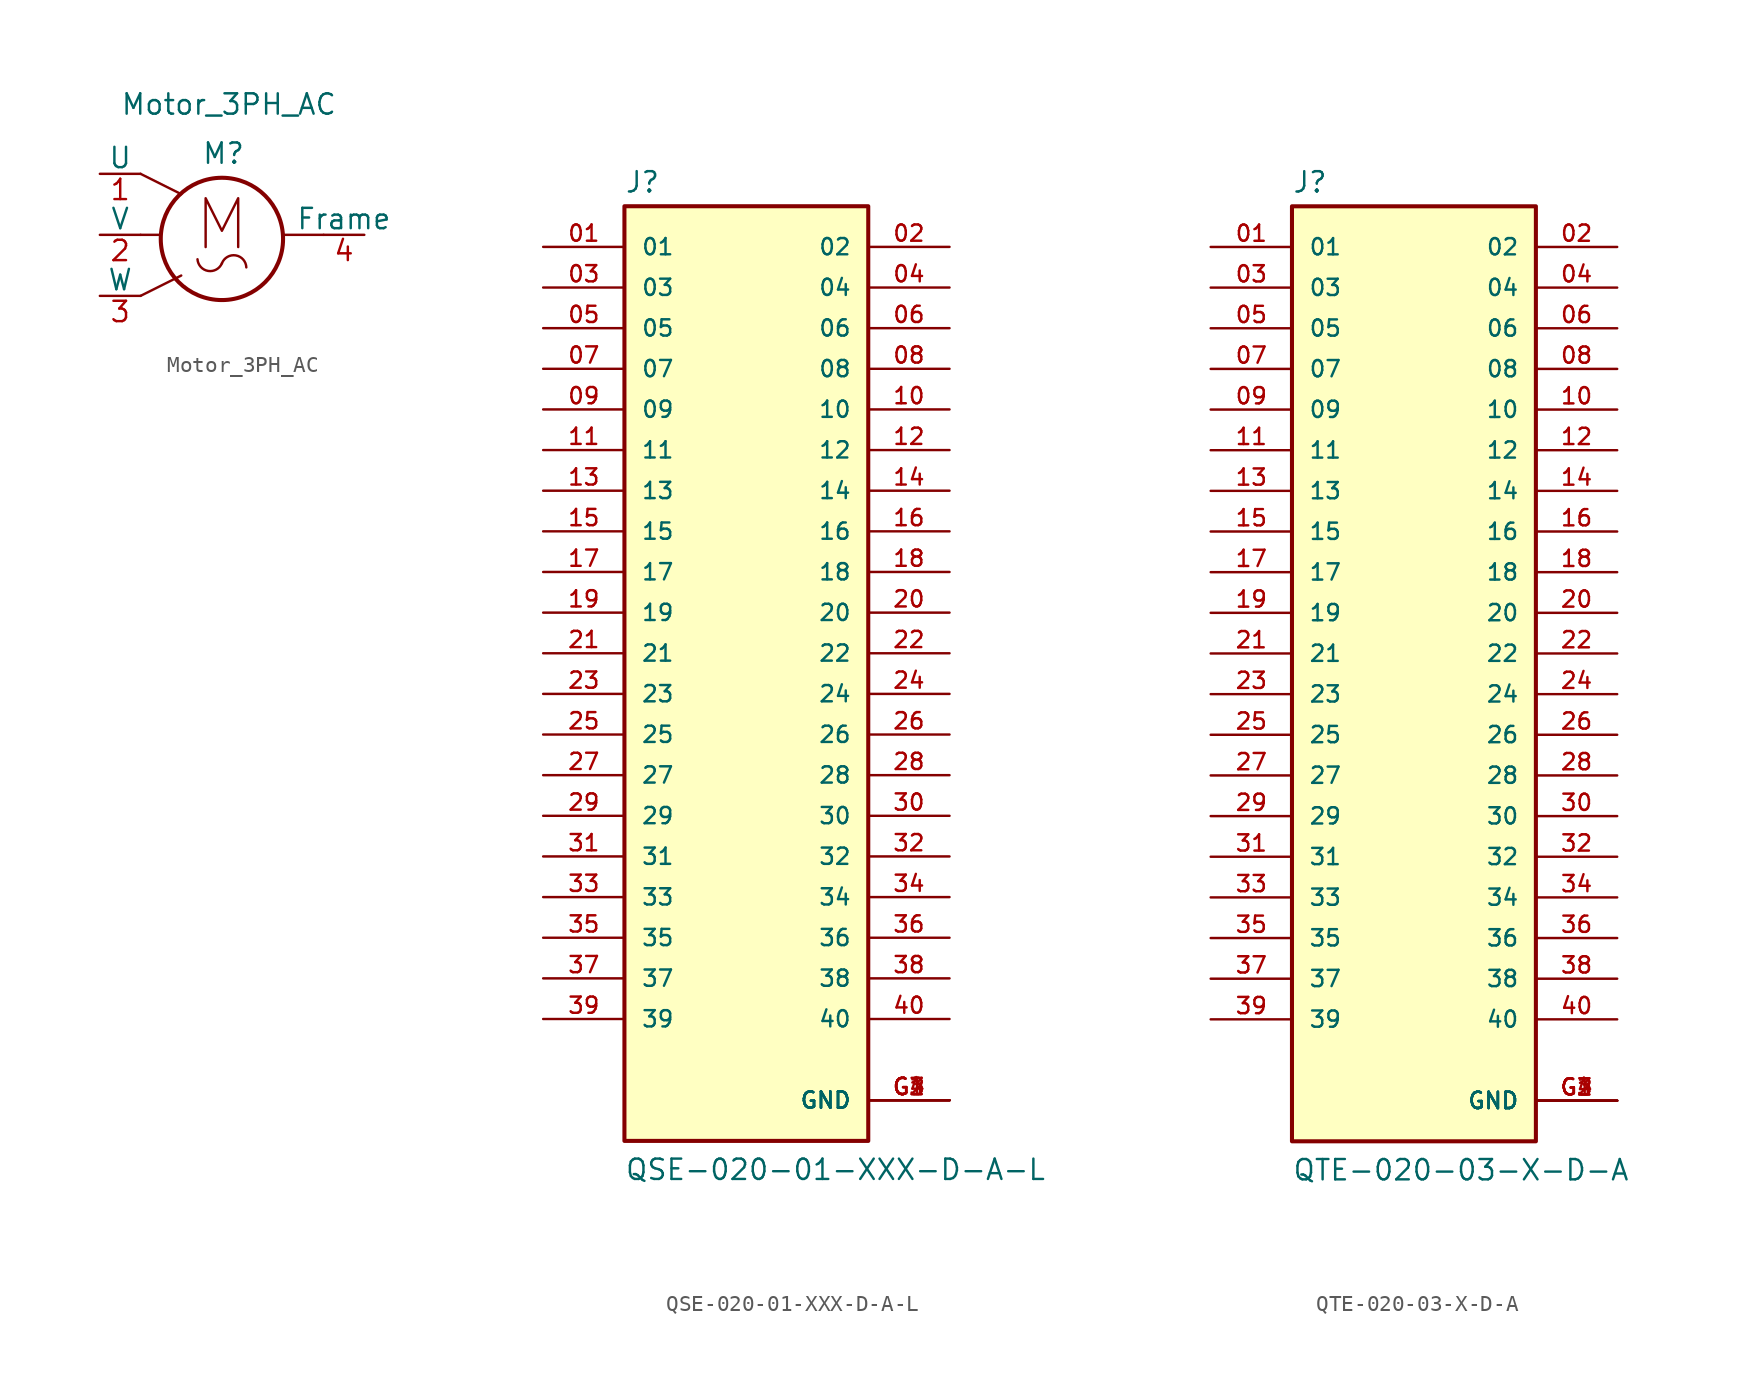
<source format=kicad_sym>
(kicad_symbol_lib
  (version 20211014)
  (generator kicad_symbol_editor)
  (symbol "Motor_3PH_AC"
    (pin_names
      (offset 0))
    (property "Reference" "M"
      (at -1.27 5.08 0)
      (effects (font (size 1.27 1.27)) (justify left)))
    (property "Value" "Motor_3PH_AC"
      (at -6.35 8.89 0)
      (effects (font (size 1.27 1.27)) (justify left top)))
    (symbol "Motor_3PH_AC_0_0"
      (arc (start -1.524 -1.524) (mid -0.8622 -2.2522) (end 0 -1.778) (stroke (width 0) (type default) (color 0 0 0 0)) (fill (type none)))
      (polyline (pts (xy -1.016 -0.762) (xy -1.016 2.286) (xy 0 0.254) (xy 1.016 2.286) (xy 1.016 -0.762)) (stroke (width 0) (type default) (color 0 0 0 0)) (fill (type none)))
      (arc (start 1.524 -2.032) (mid 0.8657 -1.2827) (end 0 -1.778) (stroke (width 0) (type default) (color 0 0 0 0)) (fill (type none))))
    (symbol "Motor_3PH_AC_0_1"
      (circle (center 0 -0.254) (radius 3.818) (stroke (width 0.254) (type default) (color 0 0 0 0)) (fill (type none)))
      (polyline (pts (xy -5.08 -3.81) (xy -2.54 -2.54)) (stroke (width 0.152) (type default) (color 0 0 0 0)) (fill (type none)))
      (polyline (pts (xy -5.08 0) (xy -3.81 0)) (stroke (width 0.152) (type default) (color 0 0 0 0)) (fill (type none)))
      (polyline (pts (xy -5.08 3.81) (xy -2.54 2.54)) (stroke (width 0.152) (type default) (color 0 0 0 0)) (fill (type none)))
      (polyline (pts (xy 6.35 0) (xy 3.81 0)) (stroke (width 0.152) (type default) (color 0 0 0 0)) (fill (type none))))
    (symbol "Motor_3PH_AC_1_1"
      (pin input line (at -7.62 3.81 0) (length 2.54) (name "U" (effects (font (size 1.27 1.27)))) (number "1" (effects (font (size 1.27 1.27)))))
      (pin input line (at -7.62 0 0) (length 2.54) (name "V" (effects (font (size 1.27 1.27)))) (number "2" (effects (font (size 1.27 1.27)))))
      (pin input line (at -7.62 -3.81 0) (length 2.54) (name "W" (effects (font (size 1.27 1.27)))) (number "3" (effects (font (size 1.27 1.27)))))
      (pin input line (at 8.89 0 180) (length 2.54) (name "Frame" (effects (font (size 1.27 1.27)))) (number "4" (effects (font (size 1.27 1.27)))))))
  (symbol "QSE-020-01-XXX-D-A-L"
    (pin_names
      (offset 1.016))
    (property "Reference" "J"
      (at -7.62 28.702 0)
      (effects (font (size 1.27 1.27)) (justify left bottom)))
    (property "Value" "QSE-020-01-XXX-D-A-L"
      (at -7.62 -33.02 0)
      (effects (font (size 1.27 1.27)) (justify left bottom)))
    (property "ki_locked" ""
      (at 0 0 0)
      (effects (font (size 1.27 1.27))))
    (symbol "QSE-020-01-XXX-D-A-L_0_0"
      (rectangle (start -7.62 -30.48) (end 7.62 27.94) (stroke (width 0.254) (type default) (color 0 0 0 0)) (fill (type background)))
      (pin passive line (at -12.7 25.4 0) (length 5.08) (name "01" (effects (font (size 1.016 1.016)))) (number "01" (effects (font (size 1.016 1.016)))))
      (pin passive line (at 12.7 25.4 180) (length 5.08) (name "02" (effects (font (size 1.016 1.016)))) (number "02" (effects (font (size 1.016 1.016)))))
      (pin passive line (at -12.7 22.86 0) (length 5.08) (name "03" (effects (font (size 1.016 1.016)))) (number "03" (effects (font (size 1.016 1.016)))))
      (pin passive line (at 12.7 22.86 180) (length 5.08) (name "04" (effects (font (size 1.016 1.016)))) (number "04" (effects (font (size 1.016 1.016)))))
      (pin passive line (at -12.7 20.32 0) (length 5.08) (name "05" (effects (font (size 1.016 1.016)))) (number "05" (effects (font (size 1.016 1.016)))))
      (pin passive line (at 12.7 20.32 180) (length 5.08) (name "06" (effects (font (size 1.016 1.016)))) (number "06" (effects (font (size 1.016 1.016)))))
      (pin passive line (at -12.7 17.78 0) (length 5.08) (name "07" (effects (font (size 1.016 1.016)))) (number "07" (effects (font (size 1.016 1.016)))))
      (pin passive line (at 12.7 17.78 180) (length 5.08) (name "08" (effects (font (size 1.016 1.016)))) (number "08" (effects (font (size 1.016 1.016)))))
      (pin passive line (at -12.7 15.24 0) (length 5.08) (name "09" (effects (font (size 1.016 1.016)))) (number "09" (effects (font (size 1.016 1.016)))))
      (pin passive line (at 12.7 15.24 180) (length 5.08) (name "10" (effects (font (size 1.016 1.016)))) (number "10" (effects (font (size 1.016 1.016)))))
      (pin passive line (at -12.7 12.7 0) (length 5.08) (name "11" (effects (font (size 1.016 1.016)))) (number "11" (effects (font (size 1.016 1.016)))))
      (pin passive line (at 12.7 12.7 180) (length 5.08) (name "12" (effects (font (size 1.016 1.016)))) (number "12" (effects (font (size 1.016 1.016)))))
      (pin passive line (at -12.7 10.16 0) (length 5.08) (name "13" (effects (font (size 1.016 1.016)))) (number "13" (effects (font (size 1.016 1.016)))))
      (pin passive line (at 12.7 10.16 180) (length 5.08) (name "14" (effects (font (size 1.016 1.016)))) (number "14" (effects (font (size 1.016 1.016)))))
      (pin passive line (at -12.7 7.62 0) (length 5.08) (name "15" (effects (font (size 1.016 1.016)))) (number "15" (effects (font (size 1.016 1.016)))))
      (pin passive line (at 12.7 7.62 180) (length 5.08) (name "16" (effects (font (size 1.016 1.016)))) (number "16" (effects (font (size 1.016 1.016)))))
      (pin passive line (at -12.7 5.08 0) (length 5.08) (name "17" (effects (font (size 1.016 1.016)))) (number "17" (effects (font (size 1.016 1.016)))))
      (pin passive line (at 12.7 5.08 180) (length 5.08) (name "18" (effects (font (size 1.016 1.016)))) (number "18" (effects (font (size 1.016 1.016)))))
      (pin passive line (at -12.7 2.54 0) (length 5.08) (name "19" (effects (font (size 1.016 1.016)))) (number "19" (effects (font (size 1.016 1.016)))))
      (pin passive line (at 12.7 2.54 180) (length 5.08) (name "20" (effects (font (size 1.016 1.016)))) (number "20" (effects (font (size 1.016 1.016)))))
      (pin passive line (at -12.7 0 0) (length 5.08) (name "21" (effects (font (size 1.016 1.016)))) (number "21" (effects (font (size 1.016 1.016)))))
      (pin passive line (at 12.7 0 180) (length 5.08) (name "22" (effects (font (size 1.016 1.016)))) (number "22" (effects (font (size 1.016 1.016)))))
      (pin passive line (at -12.7 -2.54 0) (length 5.08) (name "23" (effects (font (size 1.016 1.016)))) (number "23" (effects (font (size 1.016 1.016)))))
      (pin passive line (at 12.7 -2.54 180) (length 5.08) (name "24" (effects (font (size 1.016 1.016)))) (number "24" (effects (font (size 1.016 1.016)))))
      (pin passive line (at -12.7 -5.08 0) (length 5.08) (name "25" (effects (font (size 1.016 1.016)))) (number "25" (effects (font (size 1.016 1.016)))))
      (pin passive line (at 12.7 -5.08 180) (length 5.08) (name "26" (effects (font (size 1.016 1.016)))) (number "26" (effects (font (size 1.016 1.016)))))
      (pin passive line (at -12.7 -7.62 0) (length 5.08) (name "27" (effects (font (size 1.016 1.016)))) (number "27" (effects (font (size 1.016 1.016)))))
      (pin passive line (at 12.7 -7.62 180) (length 5.08) (name "28" (effects (font (size 1.016 1.016)))) (number "28" (effects (font (size 1.016 1.016)))))
      (pin passive line (at -12.7 -10.16 0) (length 5.08) (name "29" (effects (font (size 1.016 1.016)))) (number "29" (effects (font (size 1.016 1.016)))))
      (pin passive line (at 12.7 -10.16 180) (length 5.08) (name "30" (effects (font (size 1.016 1.016)))) (number "30" (effects (font (size 1.016 1.016)))))
      (pin passive line (at -12.7 -12.7 0) (length 5.08) (name "31" (effects (font (size 1.016 1.016)))) (number "31" (effects (font (size 1.016 1.016)))))
      (pin passive line (at 12.7 -12.7 180) (length 5.08) (name "32" (effects (font (size 1.016 1.016)))) (number "32" (effects (font (size 1.016 1.016)))))
      (pin passive line (at -12.7 -15.24 0) (length 5.08) (name "33" (effects (font (size 1.016 1.016)))) (number "33" (effects (font (size 1.016 1.016)))))
      (pin passive line (at 12.7 -15.24 180) (length 5.08) (name "34" (effects (font (size 1.016 1.016)))) (number "34" (effects (font (size 1.016 1.016)))))
      (pin passive line (at -12.7 -17.78 0) (length 5.08) (name "35" (effects (font (size 1.016 1.016)))) (number "35" (effects (font (size 1.016 1.016)))))
      (pin passive line (at 12.7 -17.78 180) (length 5.08) (name "36" (effects (font (size 1.016 1.016)))) (number "36" (effects (font (size 1.016 1.016)))))
      (pin passive line (at -12.7 -20.32 0) (length 5.08) (name "37" (effects (font (size 1.016 1.016)))) (number "37" (effects (font (size 1.016 1.016)))))
      (pin passive line (at 12.7 -20.32 180) (length 5.08) (name "38" (effects (font (size 1.016 1.016)))) (number "38" (effects (font (size 1.016 1.016)))))
      (pin passive line (at -12.7 -22.86 0) (length 5.08) (name "39" (effects (font (size 1.016 1.016)))) (number "39" (effects (font (size 1.016 1.016)))))
      (pin passive line (at 12.7 -22.86 180) (length 5.08) (name "40" (effects (font (size 1.016 1.016)))) (number "40" (effects (font (size 1.016 1.016)))))
      (pin power_in line (at 12.7 -27.94 180) (length 5.08) (name "GND" (effects (font (size 1.016 1.016)))) (number "G1" (effects (font (size 1.016 1.016)))))
      (pin power_in line (at 12.7 -27.94 180) (length 5.08) (name "GND" (effects (font (size 1.016 1.016)))) (number "G2" (effects (font (size 1.016 1.016)))))
      (pin power_in line (at 12.7 -27.94 180) (length 5.08) (name "GND" (effects (font (size 1.016 1.016)))) (number "G3" (effects (font (size 1.016 1.016)))))
      (pin power_in line (at 12.7 -27.94 180) (length 5.08) (name "GND" (effects (font (size 1.016 1.016)))) (number "G4" (effects (font (size 1.016 1.016)))))))
  (symbol "QTE-020-03-X-D-A"
    (pin_names
      (offset 1.016))
    (property "Reference" "J"
      (at -7.62 28.702 0)
      (effects (font (size 1.27 1.27)) (justify left bottom)))
    (property "Value" "QTE-020-03-X-D-A"
      (at -7.62 -33.02 0)
      (effects (font (size 1.27 1.27)) (justify left bottom)))
    (property "ki_locked" ""
      (at 0 0 0)
      (effects (font (size 1.27 1.27))))
    (symbol "QTE-020-03-X-D-A_0_0"
      (rectangle (start -7.62 -30.48) (end 7.62 27.94) (stroke (width 0.254) (type default) (color 0 0 0 0)) (fill (type background)))
      (pin passive line (at -12.7 25.4 0) (length 5.08) (name "01" (effects (font (size 1.016 1.016)))) (number "01" (effects (font (size 1.016 1.016)))))
      (pin passive line (at 12.7 25.4 180) (length 5.08) (name "02" (effects (font (size 1.016 1.016)))) (number "02" (effects (font (size 1.016 1.016)))))
      (pin passive line (at -12.7 22.86 0) (length 5.08) (name "03" (effects (font (size 1.016 1.016)))) (number "03" (effects (font (size 1.016 1.016)))))
      (pin passive line (at 12.7 22.86 180) (length 5.08) (name "04" (effects (font (size 1.016 1.016)))) (number "04" (effects (font (size 1.016 1.016)))))
      (pin passive line (at -12.7 20.32 0) (length 5.08) (name "05" (effects (font (size 1.016 1.016)))) (number "05" (effects (font (size 1.016 1.016)))))
      (pin passive line (at 12.7 20.32 180) (length 5.08) (name "06" (effects (font (size 1.016 1.016)))) (number "06" (effects (font (size 1.016 1.016)))))
      (pin passive line (at -12.7 17.78 0) (length 5.08) (name "07" (effects (font (size 1.016 1.016)))) (number "07" (effects (font (size 1.016 1.016)))))
      (pin passive line (at 12.7 17.78 180) (length 5.08) (name "08" (effects (font (size 1.016 1.016)))) (number "08" (effects (font (size 1.016 1.016)))))
      (pin passive line (at -12.7 15.24 0) (length 5.08) (name "09" (effects (font (size 1.016 1.016)))) (number "09" (effects (font (size 1.016 1.016)))))
      (pin passive line (at 12.7 15.24 180) (length 5.08) (name "10" (effects (font (size 1.016 1.016)))) (number "10" (effects (font (size 1.016 1.016)))))
      (pin passive line (at -12.7 12.7 0) (length 5.08) (name "11" (effects (font (size 1.016 1.016)))) (number "11" (effects (font (size 1.016 1.016)))))
      (pin passive line (at 12.7 12.7 180) (length 5.08) (name "12" (effects (font (size 1.016 1.016)))) (number "12" (effects (font (size 1.016 1.016)))))
      (pin passive line (at -12.7 10.16 0) (length 5.08) (name "13" (effects (font (size 1.016 1.016)))) (number "13" (effects (font (size 1.016 1.016)))))
      (pin passive line (at 12.7 10.16 180) (length 5.08) (name "14" (effects (font (size 1.016 1.016)))) (number "14" (effects (font (size 1.016 1.016)))))
      (pin passive line (at -12.7 7.62 0) (length 5.08) (name "15" (effects (font (size 1.016 1.016)))) (number "15" (effects (font (size 1.016 1.016)))))
      (pin passive line (at 12.7 7.62 180) (length 5.08) (name "16" (effects (font (size 1.016 1.016)))) (number "16" (effects (font (size 1.016 1.016)))))
      (pin passive line (at -12.7 5.08 0) (length 5.08) (name "17" (effects (font (size 1.016 1.016)))) (number "17" (effects (font (size 1.016 1.016)))))
      (pin passive line (at 12.7 5.08 180) (length 5.08) (name "18" (effects (font (size 1.016 1.016)))) (number "18" (effects (font (size 1.016 1.016)))))
      (pin passive line (at -12.7 2.54 0) (length 5.08) (name "19" (effects (font (size 1.016 1.016)))) (number "19" (effects (font (size 1.016 1.016)))))
      (pin passive line (at 12.7 2.54 180) (length 5.08) (name "20" (effects (font (size 1.016 1.016)))) (number "20" (effects (font (size 1.016 1.016)))))
      (pin passive line (at -12.7 0 0) (length 5.08) (name "21" (effects (font (size 1.016 1.016)))) (number "21" (effects (font (size 1.016 1.016)))))
      (pin passive line (at 12.7 0 180) (length 5.08) (name "22" (effects (font (size 1.016 1.016)))) (number "22" (effects (font (size 1.016 1.016)))))
      (pin passive line (at -12.7 -2.54 0) (length 5.08) (name "23" (effects (font (size 1.016 1.016)))) (number "23" (effects (font (size 1.016 1.016)))))
      (pin passive line (at 12.7 -2.54 180) (length 5.08) (name "24" (effects (font (size 1.016 1.016)))) (number "24" (effects (font (size 1.016 1.016)))))
      (pin passive line (at -12.7 -5.08 0) (length 5.08) (name "25" (effects (font (size 1.016 1.016)))) (number "25" (effects (font (size 1.016 1.016)))))
      (pin passive line (at 12.7 -5.08 180) (length 5.08) (name "26" (effects (font (size 1.016 1.016)))) (number "26" (effects (font (size 1.016 1.016)))))
      (pin passive line (at -12.7 -7.62 0) (length 5.08) (name "27" (effects (font (size 1.016 1.016)))) (number "27" (effects (font (size 1.016 1.016)))))
      (pin passive line (at 12.7 -7.62 180) (length 5.08) (name "28" (effects (font (size 1.016 1.016)))) (number "28" (effects (font (size 1.016 1.016)))))
      (pin passive line (at -12.7 -10.16 0) (length 5.08) (name "29" (effects (font (size 1.016 1.016)))) (number "29" (effects (font (size 1.016 1.016)))))
      (pin passive line (at 12.7 -10.16 180) (length 5.08) (name "30" (effects (font (size 1.016 1.016)))) (number "30" (effects (font (size 1.016 1.016)))))
      (pin passive line (at -12.7 -12.7 0) (length 5.08) (name "31" (effects (font (size 1.016 1.016)))) (number "31" (effects (font (size 1.016 1.016)))))
      (pin passive line (at 12.7 -12.7 180) (length 5.08) (name "32" (effects (font (size 1.016 1.016)))) (number "32" (effects (font (size 1.016 1.016)))))
      (pin passive line (at -12.7 -15.24 0) (length 5.08) (name "33" (effects (font (size 1.016 1.016)))) (number "33" (effects (font (size 1.016 1.016)))))
      (pin passive line (at 12.7 -15.24 180) (length 5.08) (name "34" (effects (font (size 1.016 1.016)))) (number "34" (effects (font (size 1.016 1.016)))))
      (pin passive line (at -12.7 -17.78 0) (length 5.08) (name "35" (effects (font (size 1.016 1.016)))) (number "35" (effects (font (size 1.016 1.016)))))
      (pin passive line (at 12.7 -17.78 180) (length 5.08) (name "36" (effects (font (size 1.016 1.016)))) (number "36" (effects (font (size 1.016 1.016)))))
      (pin passive line (at -12.7 -20.32 0) (length 5.08) (name "37" (effects (font (size 1.016 1.016)))) (number "37" (effects (font (size 1.016 1.016)))))
      (pin passive line (at 12.7 -20.32 180) (length 5.08) (name "38" (effects (font (size 1.016 1.016)))) (number "38" (effects (font (size 1.016 1.016)))))
      (pin passive line (at -12.7 -22.86 0) (length 5.08) (name "39" (effects (font (size 1.016 1.016)))) (number "39" (effects (font (size 1.016 1.016)))))
      (pin passive line (at 12.7 -22.86 180) (length 5.08) (name "40" (effects (font (size 1.016 1.016)))) (number "40" (effects (font (size 1.016 1.016)))))
      (pin power_in line (at 12.7 -27.94 180) (length 5.08) (name "GND" (effects (font (size 1.016 1.016)))) (number "G1" (effects (font (size 1.016 1.016)))))
      (pin power_in line (at 12.7 -27.94 180) (length 5.08) (name "GND" (effects (font (size 1.016 1.016)))) (number "G2" (effects (font (size 1.016 1.016)))))
      (pin power_in line (at 12.7 -27.94 180) (length 5.08) (name "GND" (effects (font (size 1.016 1.016)))) (number "G3" (effects (font (size 1.016 1.016)))))
      (pin power_in line (at 12.7 -27.94 180) (length 5.08) (name "GND" (effects (font (size 1.016 1.016)))) (number "G4" (effects (font (size 1.016 1.016))))))))
</source>
